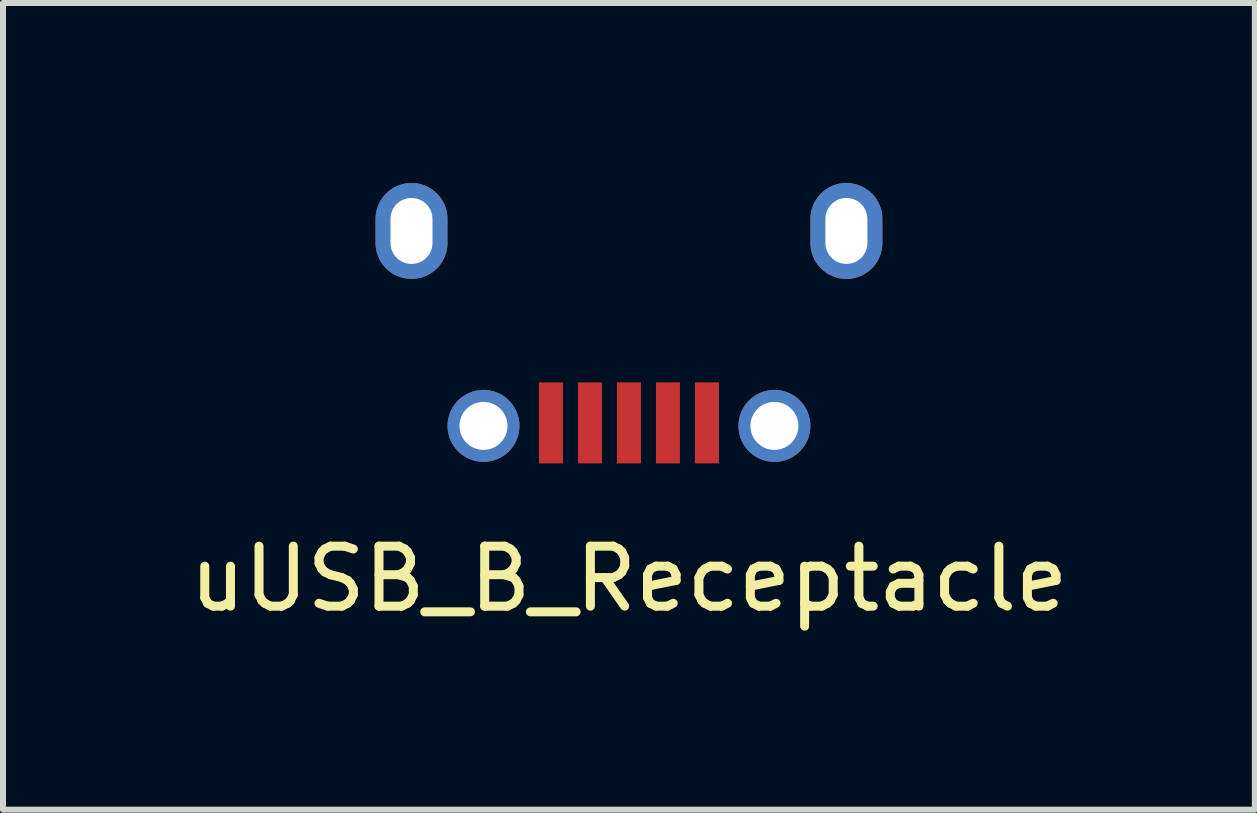
<source format=kicad_pcb>
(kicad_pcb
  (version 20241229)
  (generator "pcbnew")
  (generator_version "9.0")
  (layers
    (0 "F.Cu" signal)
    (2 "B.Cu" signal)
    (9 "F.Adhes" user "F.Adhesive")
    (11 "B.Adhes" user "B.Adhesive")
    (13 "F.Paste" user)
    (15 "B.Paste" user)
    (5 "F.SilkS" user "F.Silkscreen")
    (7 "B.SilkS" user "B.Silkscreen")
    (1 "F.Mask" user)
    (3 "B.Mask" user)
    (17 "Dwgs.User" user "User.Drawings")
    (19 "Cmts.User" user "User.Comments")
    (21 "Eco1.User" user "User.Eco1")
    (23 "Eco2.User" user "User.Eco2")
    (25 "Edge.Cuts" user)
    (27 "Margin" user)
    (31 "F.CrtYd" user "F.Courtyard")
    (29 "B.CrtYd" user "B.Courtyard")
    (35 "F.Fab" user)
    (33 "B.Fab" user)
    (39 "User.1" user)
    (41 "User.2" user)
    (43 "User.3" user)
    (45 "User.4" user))
  (footprint "uUSB_B_Receptacle"
    (layer "F.Cu")
    (at 7.435 0.8)
    (property "Reference" "uUSB_B_Receptacle" (at 0 5.8 0) (layer "F.SilkS") (effects (font (size 1 1) (thickness 0.15))))
    (attr through_hole)
    (pad "" thru_hole oval (at -3.625 0) (size 1.2 1.6) (drill oval 0.7 1.1) (layers "*.Cu" "*.Mask"))
    (pad "" thru_hole circle (at -2.425 3.25) (size 1.2 1.2) (drill 0.8) (layers "*.Cu" "*.Mask"))
    (pad "" thru_hole circle (at 2.425 3.25) (size 1.2 1.2) (drill 0.8) (layers "*.Cu" "*.Mask"))
    (pad "" thru_hole oval (at 3.625 0) (size 1.2 1.6) (drill oval 0.7 1.1) (layers "*.Cu" "*.Mask"))
    (pad "1" smd rect (at 1.3 3.2) (size 0.4 1.35) (layers "F.Cu" "F.Mask" "F.Paste"))
    (pad "2" smd rect (at 0.65 3.2) (size 0.4 1.35) (layers "F.Cu" "F.Mask" "F.Paste"))
    (pad "3" smd rect (at 0 3.2) (size 0.4 1.35) (layers "F.Cu" "F.Mask" "F.Paste"))
    (pad "4" smd rect (at -0.65 3.2) (size 0.4 1.35) (layers "F.Cu" "F.Mask" "F.Paste"))
    (pad "5" smd rect (at -1.3 3.2) (size 0.4 1.35) (layers "F.Cu" "F.Mask" "F.Paste")))
  (gr_rect
    (start -3 -3)
    (end 17.869 10.448)
    (stroke (width 0.1) (type default))
    (fill no)
    (layer "Edge.Cuts")))
</source>
